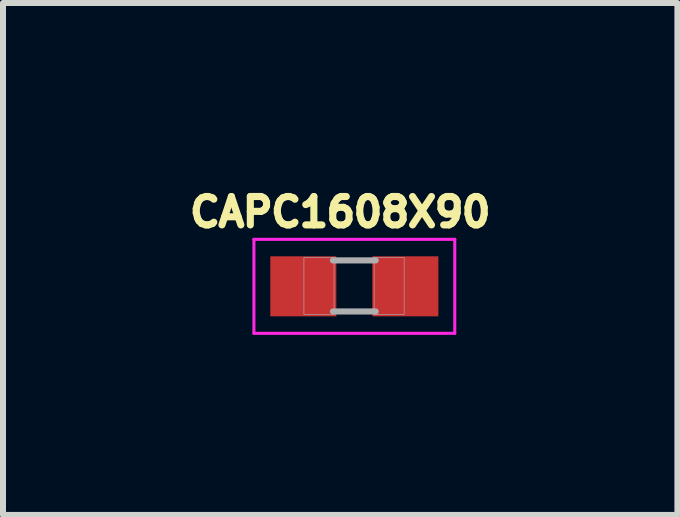
<source format=kicad_pcb>
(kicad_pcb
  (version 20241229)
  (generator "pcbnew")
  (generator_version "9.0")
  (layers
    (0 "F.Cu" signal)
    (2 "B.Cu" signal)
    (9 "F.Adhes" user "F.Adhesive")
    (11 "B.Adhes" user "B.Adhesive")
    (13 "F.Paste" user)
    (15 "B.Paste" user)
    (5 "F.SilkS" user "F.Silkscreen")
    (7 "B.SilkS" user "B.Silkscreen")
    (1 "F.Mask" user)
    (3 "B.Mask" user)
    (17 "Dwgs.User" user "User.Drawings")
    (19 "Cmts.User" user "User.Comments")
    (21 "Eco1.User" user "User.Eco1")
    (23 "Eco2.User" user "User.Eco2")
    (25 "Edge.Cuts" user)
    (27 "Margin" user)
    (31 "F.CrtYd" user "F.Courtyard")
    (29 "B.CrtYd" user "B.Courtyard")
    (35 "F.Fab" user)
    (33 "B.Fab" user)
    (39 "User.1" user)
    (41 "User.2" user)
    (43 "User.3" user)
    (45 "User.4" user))
  (footprint "CAPC1608X90"
    (layer "F.Cu")
    (at 2.853 1.72)
    (property "Reference" "CAPC1608X90" (at -0.235 -1.236 0) (layer "F.SilkS") (effects (font (size 0.473 0.473) (thickness 0.15))))
    (attr smd)
    (fp_line (start -1.673 -0.783) (end 1.673 -0.783) (stroke (width 0.051) (type solid)) (layer "F.CrtYd"))
    (fp_line (start -1.673 0.783) (end -1.673 -0.783) (stroke (width 0.051) (type solid)) (layer "F.CrtYd"))
    (fp_line (start 1.673 -0.783) (end 1.673 0.783) (stroke (width 0.051) (type solid)) (layer "F.CrtYd"))
    (fp_line (start 1.673 0.783) (end -1.673 0.783) (stroke (width 0.051) (type solid)) (layer "F.CrtYd"))
    (fp_line (start -0.356 -0.432) (end 0.356 -0.432) (stroke (width 0.102) (type solid)) (layer "F.Fab"))
    (fp_line (start -0.356 0.419) (end 0.356 0.419) (stroke (width 0.102) (type solid)) (layer "F.Fab"))
    (fp_poly (pts (xy -0.84 -0.48) (xy -0.338 -0.48) (xy -0.338 0.471) (xy -0.84 0.471)) (stroke (width 0.01) (type solid)) (fill no) (layer "F.Fab"))
    (fp_poly (pts (xy 0.33 -0.48) (xy 0.83 -0.48) (xy 0.83 0.47) (xy 0.33 0.47)) (stroke (width 0.01) (type solid)) (fill no) (layer "F.Fab"))
    (pad "1" smd rect (at -0.85 0) (size 1.1 1) (layers "F.Cu" "F.Mask" "F.Paste"))
    (pad "2" smd rect (at 0.85 0) (size 1.1 1) (layers "F.Cu" "F.Mask" "F.Paste")))
  (gr_rect
    (start -3 -3)
    (end 8.235 5.528)
    (stroke (width 0.1) (type default))
    (fill no)
    (layer "Edge.Cuts")))
</source>
